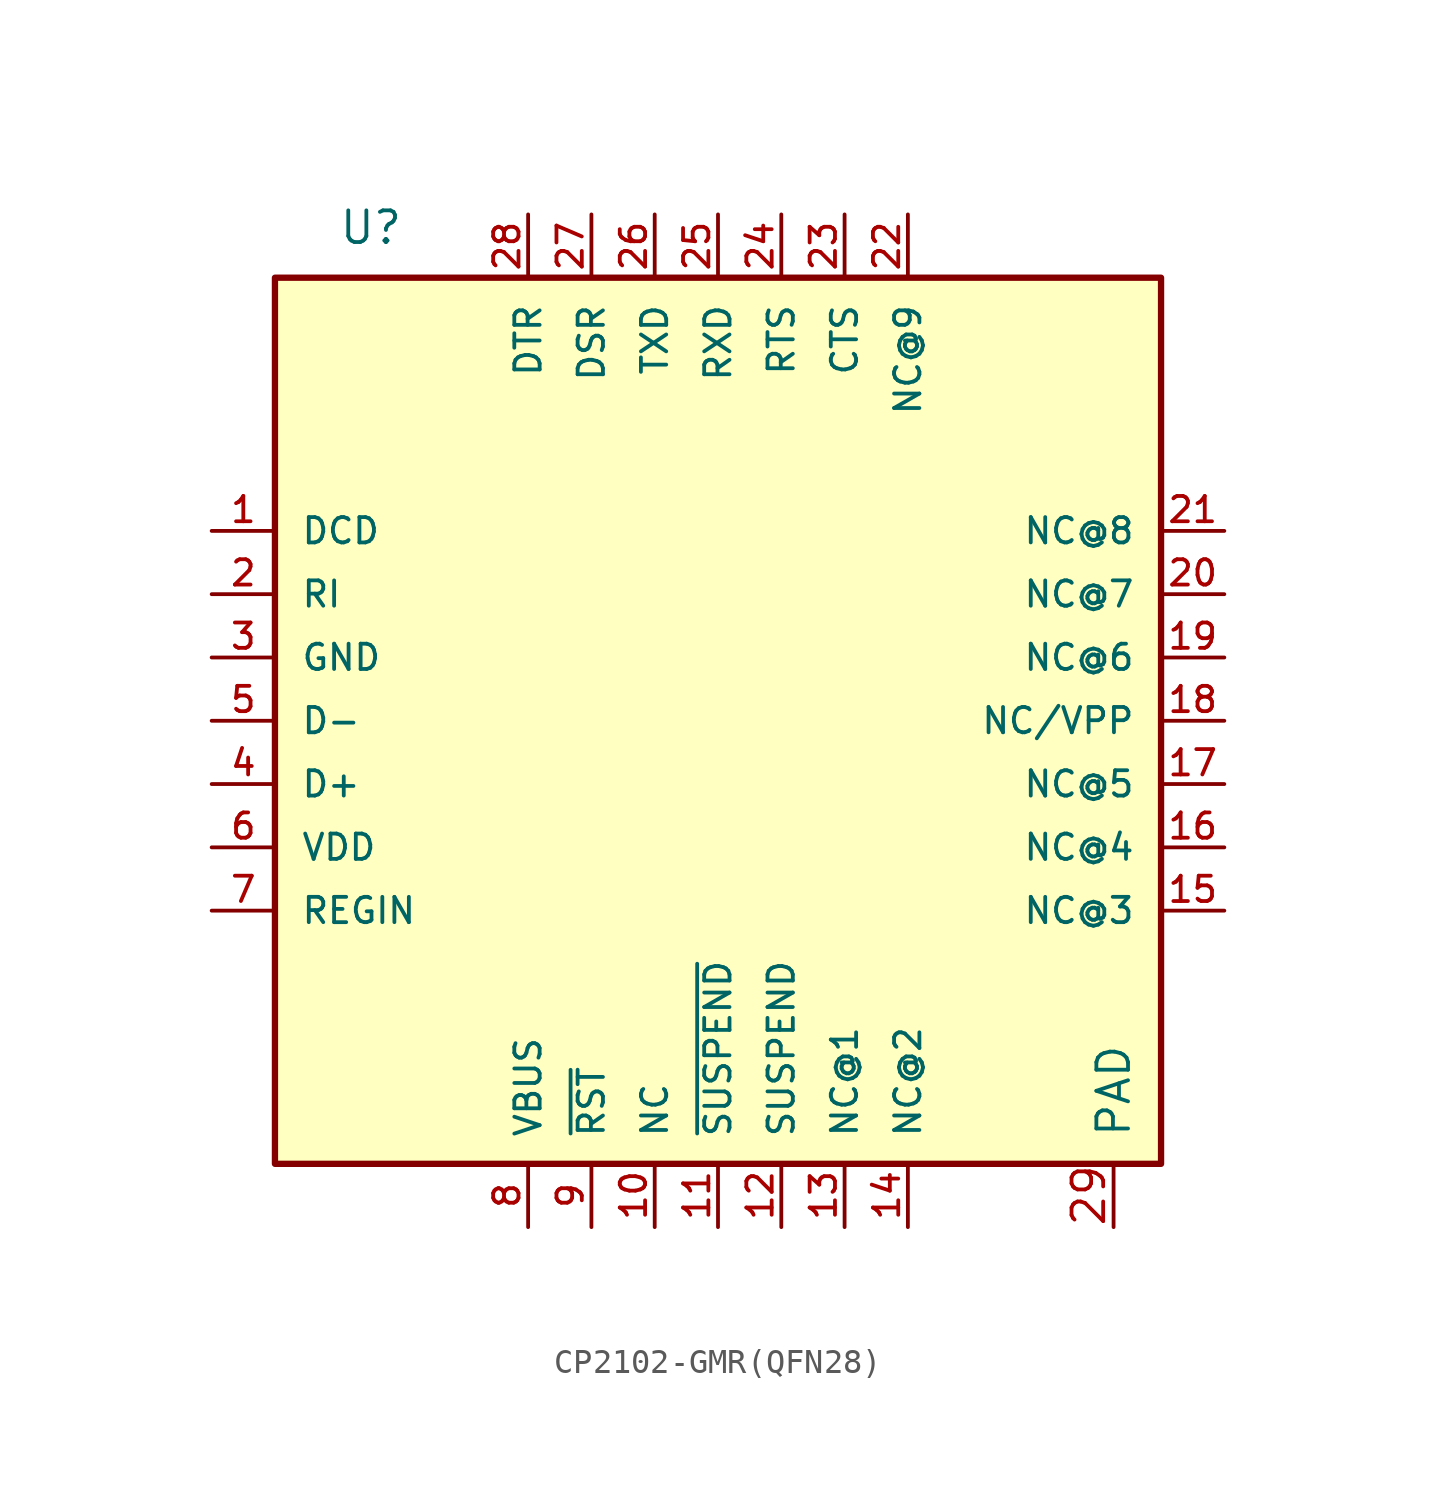
<source format=kicad_sym>
(kicad_symbol_lib
  (version 20211014)
  (generator kicad_symbol_editor)
  (symbol "CP2102-GMR(QFN28)"
    (pin_names
      (offset 1.016))
    (property "Reference" "U"
      (at -15.24 19.05 0)
      (effects (font (size 1.27 1.27)) (justify left bottom)))
    (symbol "CP2102-GMR(QFN28)_0_0"
      (rectangle (start -17.78 17.78) (end 17.78 -17.78) (stroke (width 0.254) (type default) (color 0 0 0 0)) (fill (type background)))
      (pin bidirectional line (at -20.32 7.62 0) (length 2.54) (name "DCD" (effects (font (size 1.016 1.016)))) (number "1" (effects (font (size 1.016 1.016)))))
      (pin bidirectional line (at -2.54 -20.32 90) (length 2.54) (name "NC" (effects (font (size 1.016 1.016)))) (number "10" (effects (font (size 1.016 1.016)))))
      (pin bidirectional line (at 0 -20.32 90) (length 2.54) (name "~{SUSPEND}" (effects (font (size 1.016 1.016)))) (number "11" (effects (font (size 1.016 1.016)))))
      (pin bidirectional line (at 2.54 -20.32 90) (length 2.54) (name "SUSPEND" (effects (font (size 1.016 1.016)))) (number "12" (effects (font (size 1.016 1.016)))))
      (pin bidirectional line (at 5.08 -20.32 90) (length 2.54) (name "NC@1" (effects (font (size 1.016 1.016)))) (number "13" (effects (font (size 1.016 1.016)))))
      (pin bidirectional line (at 7.62 -20.32 90) (length 2.54) (name "NC@2" (effects (font (size 1.016 1.016)))) (number "14" (effects (font (size 1.016 1.016)))))
      (pin bidirectional line (at 20.32 -7.62 180) (length 2.54) (name "NC@3" (effects (font (size 1.016 1.016)))) (number "15" (effects (font (size 1.016 1.016)))))
      (pin bidirectional line (at 20.32 -5.08 180) (length 2.54) (name "NC@4" (effects (font (size 1.016 1.016)))) (number "16" (effects (font (size 1.016 1.016)))))
      (pin bidirectional line (at 20.32 -2.54 180) (length 2.54) (name "NC@5" (effects (font (size 1.016 1.016)))) (number "17" (effects (font (size 1.016 1.016)))))
      (pin bidirectional line (at 20.32 0 180) (length 2.54) (name "NC/VPP" (effects (font (size 1.016 1.016)))) (number "18" (effects (font (size 1.016 1.016)))))
      (pin bidirectional line (at 20.32 2.54 180) (length 2.54) (name "NC@6" (effects (font (size 1.016 1.016)))) (number "19" (effects (font (size 1.016 1.016)))))
      (pin bidirectional line (at -20.32 5.08 0) (length 2.54) (name "RI" (effects (font (size 1.016 1.016)))) (number "2" (effects (font (size 1.016 1.016)))))
      (pin bidirectional line (at 20.32 5.08 180) (length 2.54) (name "NC@7" (effects (font (size 1.016 1.016)))) (number "20" (effects (font (size 1.016 1.016)))))
      (pin bidirectional line (at 20.32 7.62 180) (length 2.54) (name "NC@8" (effects (font (size 1.016 1.016)))) (number "21" (effects (font (size 1.016 1.016)))))
      (pin bidirectional line (at 7.62 20.32 270) (length 2.54) (name "NC@9" (effects (font (size 1.016 1.016)))) (number "22" (effects (font (size 1.016 1.016)))))
      (pin bidirectional line (at 5.08 20.32 270) (length 2.54) (name "CTS" (effects (font (size 1.016 1.016)))) (number "23" (effects (font (size 1.016 1.016)))))
      (pin bidirectional line (at 2.54 20.32 270) (length 2.54) (name "RTS" (effects (font (size 1.016 1.016)))) (number "24" (effects (font (size 1.016 1.016)))))
      (pin bidirectional line (at 0 20.32 270) (length 2.54) (name "RXD" (effects (font (size 1.016 1.016)))) (number "25" (effects (font (size 1.016 1.016)))))
      (pin bidirectional line (at -2.54 20.32 270) (length 2.54) (name "TXD" (effects (font (size 1.016 1.016)))) (number "26" (effects (font (size 1.016 1.016)))))
      (pin bidirectional line (at -5.08 20.32 270) (length 2.54) (name "DSR" (effects (font (size 1.016 1.016)))) (number "27" (effects (font (size 1.016 1.016)))))
      (pin bidirectional line (at -7.62 20.32 270) (length 2.54) (name "DTR" (effects (font (size 1.016 1.016)))) (number "28" (effects (font (size 1.016 1.016)))))
      (pin power_in line (at -20.32 2.54 0) (length 2.54) (name "GND" (effects (font (size 1.016 1.016)))) (number "3" (effects (font (size 1.016 1.016)))))
      (pin bidirectional line (at -20.32 -2.54 0) (length 2.54) (name "D+" (effects (font (size 1.016 1.016)))) (number "4" (effects (font (size 1.016 1.016)))))
      (pin bidirectional line (at -20.32 0 0) (length 2.54) (name "D-" (effects (font (size 1.016 1.016)))) (number "5" (effects (font (size 1.016 1.016)))))
      (pin bidirectional line (at -20.32 -5.08 0) (length 2.54) (name "VDD" (effects (font (size 1.016 1.016)))) (number "6" (effects (font (size 1.016 1.016)))))
      (pin power_in line (at -20.32 -7.62 0) (length 2.54) (name "REGIN" (effects (font (size 1.016 1.016)))) (number "7" (effects (font (size 1.016 1.016)))))
      (pin power_in line (at -7.62 -20.32 90) (length 2.54) (name "VBUS" (effects (font (size 1.016 1.016)))) (number "8" (effects (font (size 1.016 1.016)))))
      (pin bidirectional line (at -5.08 -20.32 90) (length 2.54) (name "~{RST}" (effects (font (size 1.016 1.016)))) (number "9" (effects (font (size 1.016 1.016))))))
    (symbol "CP2102-GMR(QFN28)_1_1"
      (pin passive line (at 15.875 -20.32 90) (length 2.54) (name "PAD" (effects (font (size 1.27 1.27)))) (number "29" (effects (font (size 1.27 1.27))))))))
</source>
